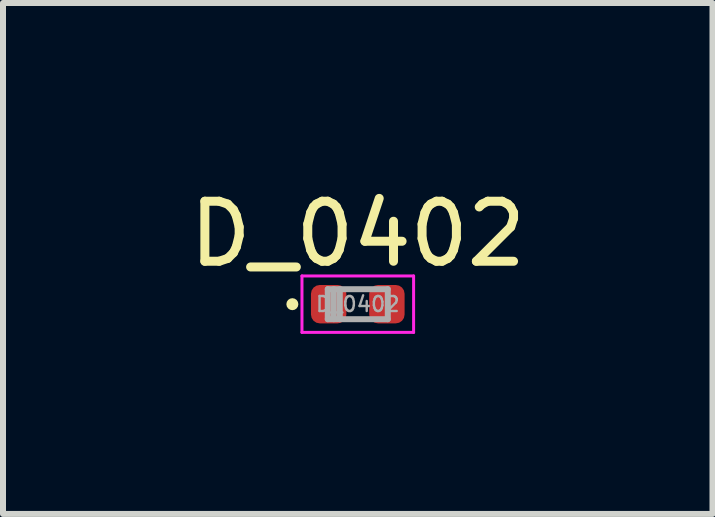
<source format=kicad_pcb>
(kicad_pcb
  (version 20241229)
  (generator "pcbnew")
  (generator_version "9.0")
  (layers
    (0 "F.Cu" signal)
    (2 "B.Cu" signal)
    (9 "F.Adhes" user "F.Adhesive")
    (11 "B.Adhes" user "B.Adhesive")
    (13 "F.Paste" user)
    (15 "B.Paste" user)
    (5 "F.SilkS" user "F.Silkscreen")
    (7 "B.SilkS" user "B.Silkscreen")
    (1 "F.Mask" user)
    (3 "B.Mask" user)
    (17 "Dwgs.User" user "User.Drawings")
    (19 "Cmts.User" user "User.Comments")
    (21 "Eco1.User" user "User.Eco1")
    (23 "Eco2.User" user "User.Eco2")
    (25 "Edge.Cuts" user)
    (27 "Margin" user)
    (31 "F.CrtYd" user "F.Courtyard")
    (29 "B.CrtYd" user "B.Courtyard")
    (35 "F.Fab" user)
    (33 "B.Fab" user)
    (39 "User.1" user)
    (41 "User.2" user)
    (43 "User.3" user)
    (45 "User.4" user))
  (footprint "D_0402"
    (layer "F.Cu")
    (at 2.911 2.018)
    (property "Reference" "D_0402" (at 0 -1.17 0) (layer "F.SilkS") (effects (font (size 1 1) (thickness 0.15))))
    (attr smd)
    (fp_circle (center -1.09 0) (end -1.04 0) (stroke (width 0.1) (type solid)) (fill no) (layer "F.SilkS"))
    (fp_line (start -0.93 -0.47) (end 0.93 -0.47) (stroke (width 0.05) (type solid)) (layer "F.CrtYd"))
    (fp_line (start -0.93 0.47) (end -0.93 -0.47) (stroke (width 0.05) (type solid)) (layer "F.CrtYd"))
    (fp_line (start 0.93 -0.47) (end 0.93 0.47) (stroke (width 0.05) (type solid)) (layer "F.CrtYd"))
    (fp_line (start 0.93 0.47) (end -0.93 0.47) (stroke (width 0.05) (type solid)) (layer "F.CrtYd"))
    (fp_line (start -0.5 -0.25) (end 0.5 -0.25) (stroke (width 0.1) (type solid)) (layer "F.Fab"))
    (fp_line (start -0.5 0.25) (end -0.5 -0.25) (stroke (width 0.1) (type solid)) (layer "F.Fab"))
    (fp_line (start -0.4 0.25) (end -0.4 -0.25) (stroke (width 0.1) (type solid)) (layer "F.Fab"))
    (fp_line (start -0.3 0.25) (end -0.3 -0.25) (stroke (width 0.1) (type solid)) (layer "F.Fab"))
    (fp_line (start 0.5 -0.25) (end 0.5 0.25) (stroke (width 0.1) (type solid)) (layer "F.Fab"))
    (fp_line (start 0.5 0.25) (end -0.5 0.25) (stroke (width 0.1) (type solid)) (layer "F.Fab"))
    (fp_text user "${REFERENCE}" (at 0 0 0) (layer "F.Fab") (effects (font (size 0.25 0.25) (thickness 0.04))))
    (pad "1" smd roundrect (at -0.485 0) (size 0.59 0.64) (layers "F.Cu" "F.Mask" "F.Paste") (roundrect_rratio 0.25))
    (pad "2" smd roundrect (at 0.485 0) (size 0.59 0.64) (layers "F.Cu" "F.Mask" "F.Paste") (roundrect_rratio 0.25)))
  (gr_rect
    (start -3 -3)
    (end 8.821 5.513)
    (stroke (width 0.1) (type default))
    (fill no)
    (layer "Edge.Cuts")))
</source>
